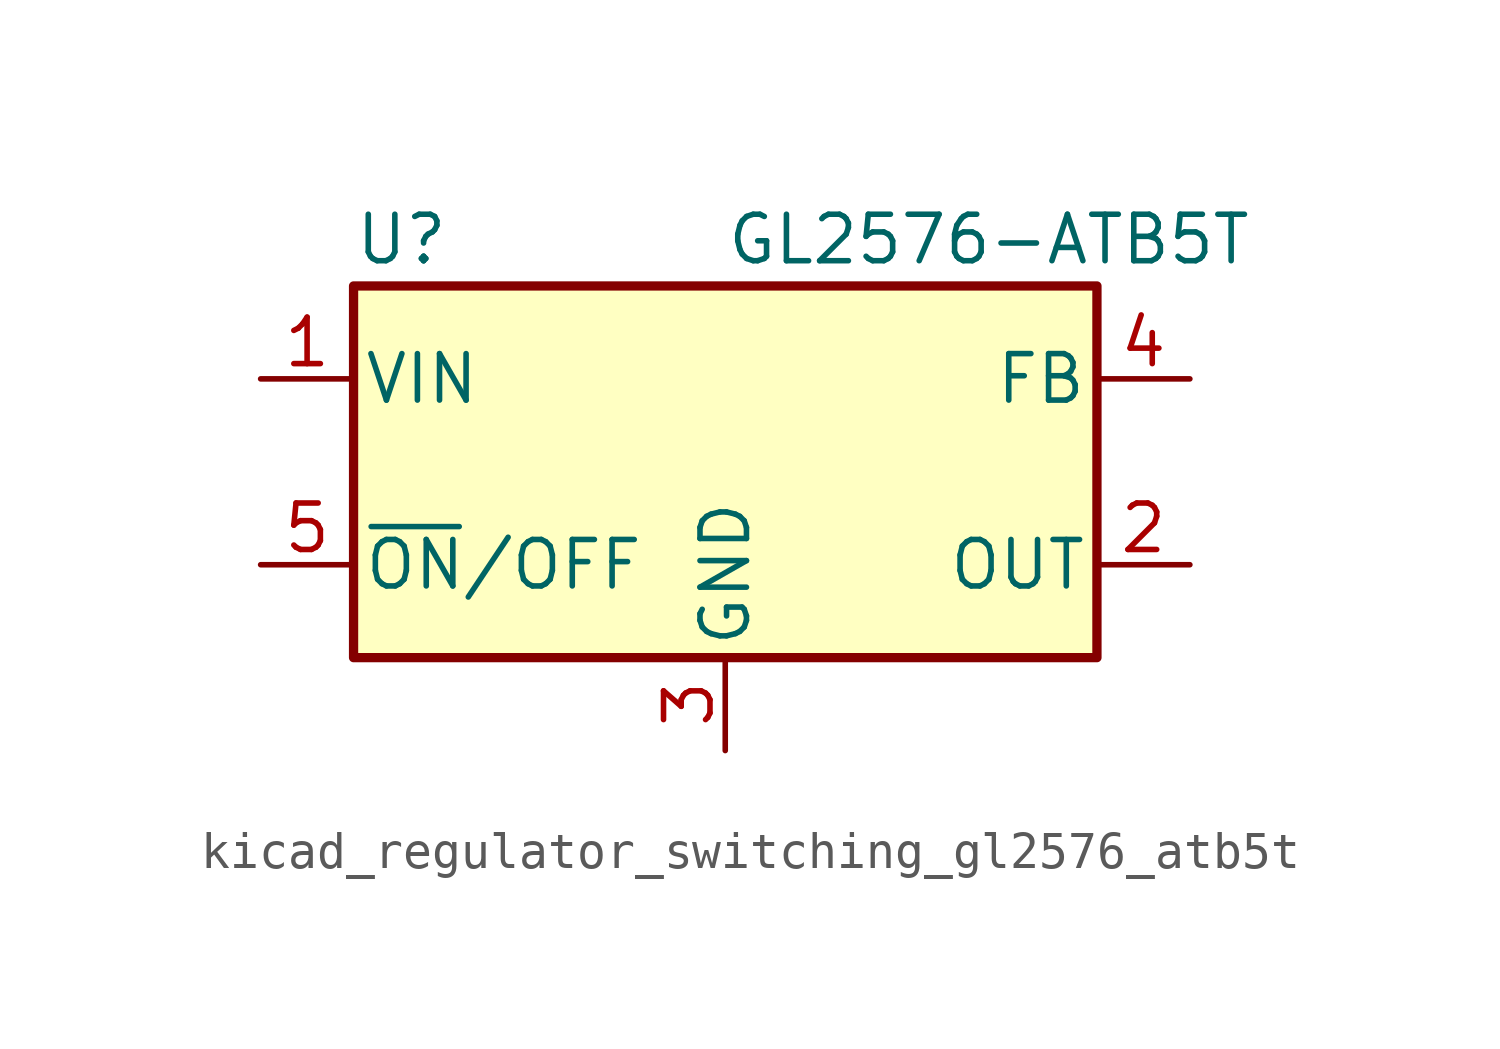
<source format=kicad_sym>
(kicad_symbol_lib
  (version 20220914)
  (generator kicad_symbol_editor)
  (symbol "kicad_regulator_switching_gl2576_atb5t"
    (pin_names
      (offset 0.254))
    (property "Reference" "U"
      (at -10.16 6.35 0)
      (effects (font (size 1.27 1.27)) (justify left)))
    (property "Value" "GL2576-ATB5T"
      (at 0 6.35 0)
      (effects (font (size 1.27 1.27)) (justify left)))
    (symbol "kicad_regulator_switching_gl2576_atb5t_0_1"
      (rectangle (start -10.16 5.08) (end 10.16 -5.08) (stroke (width 0.254) (type default)) (fill (type background))))
    (symbol "kicad_regulator_switching_gl2576_atb5t_1_1"
      (pin power_in line (at -12.7 2.54 0) (length 2.54) (name "VIN" (effects (font (size 1.27 1.27)))) (number "1" (effects (font (size 1.27 1.27)))))
      (pin output line (at 12.7 -2.54 180) (length 2.54) (name "OUT" (effects (font (size 1.27 1.27)))) (number "2" (effects (font (size 1.27 1.27)))))
      (pin power_in line (at 0 -7.62 90) (length 2.54) (name "GND" (effects (font (size 1.27 1.27)))) (number "3" (effects (font (size 1.27 1.27)))))
      (pin input line (at 12.7 2.54 180) (length 2.54) (name "FB" (effects (font (size 1.27 1.27)))) (number "4" (effects (font (size 1.27 1.27)))))
      (pin input line (at -12.7 -2.54 0) (length 2.54) (name "~{ON}/OFF" (effects (font (size 1.27 1.27)))) (number "5" (effects (font (size 1.27 1.27))))))))
</source>
